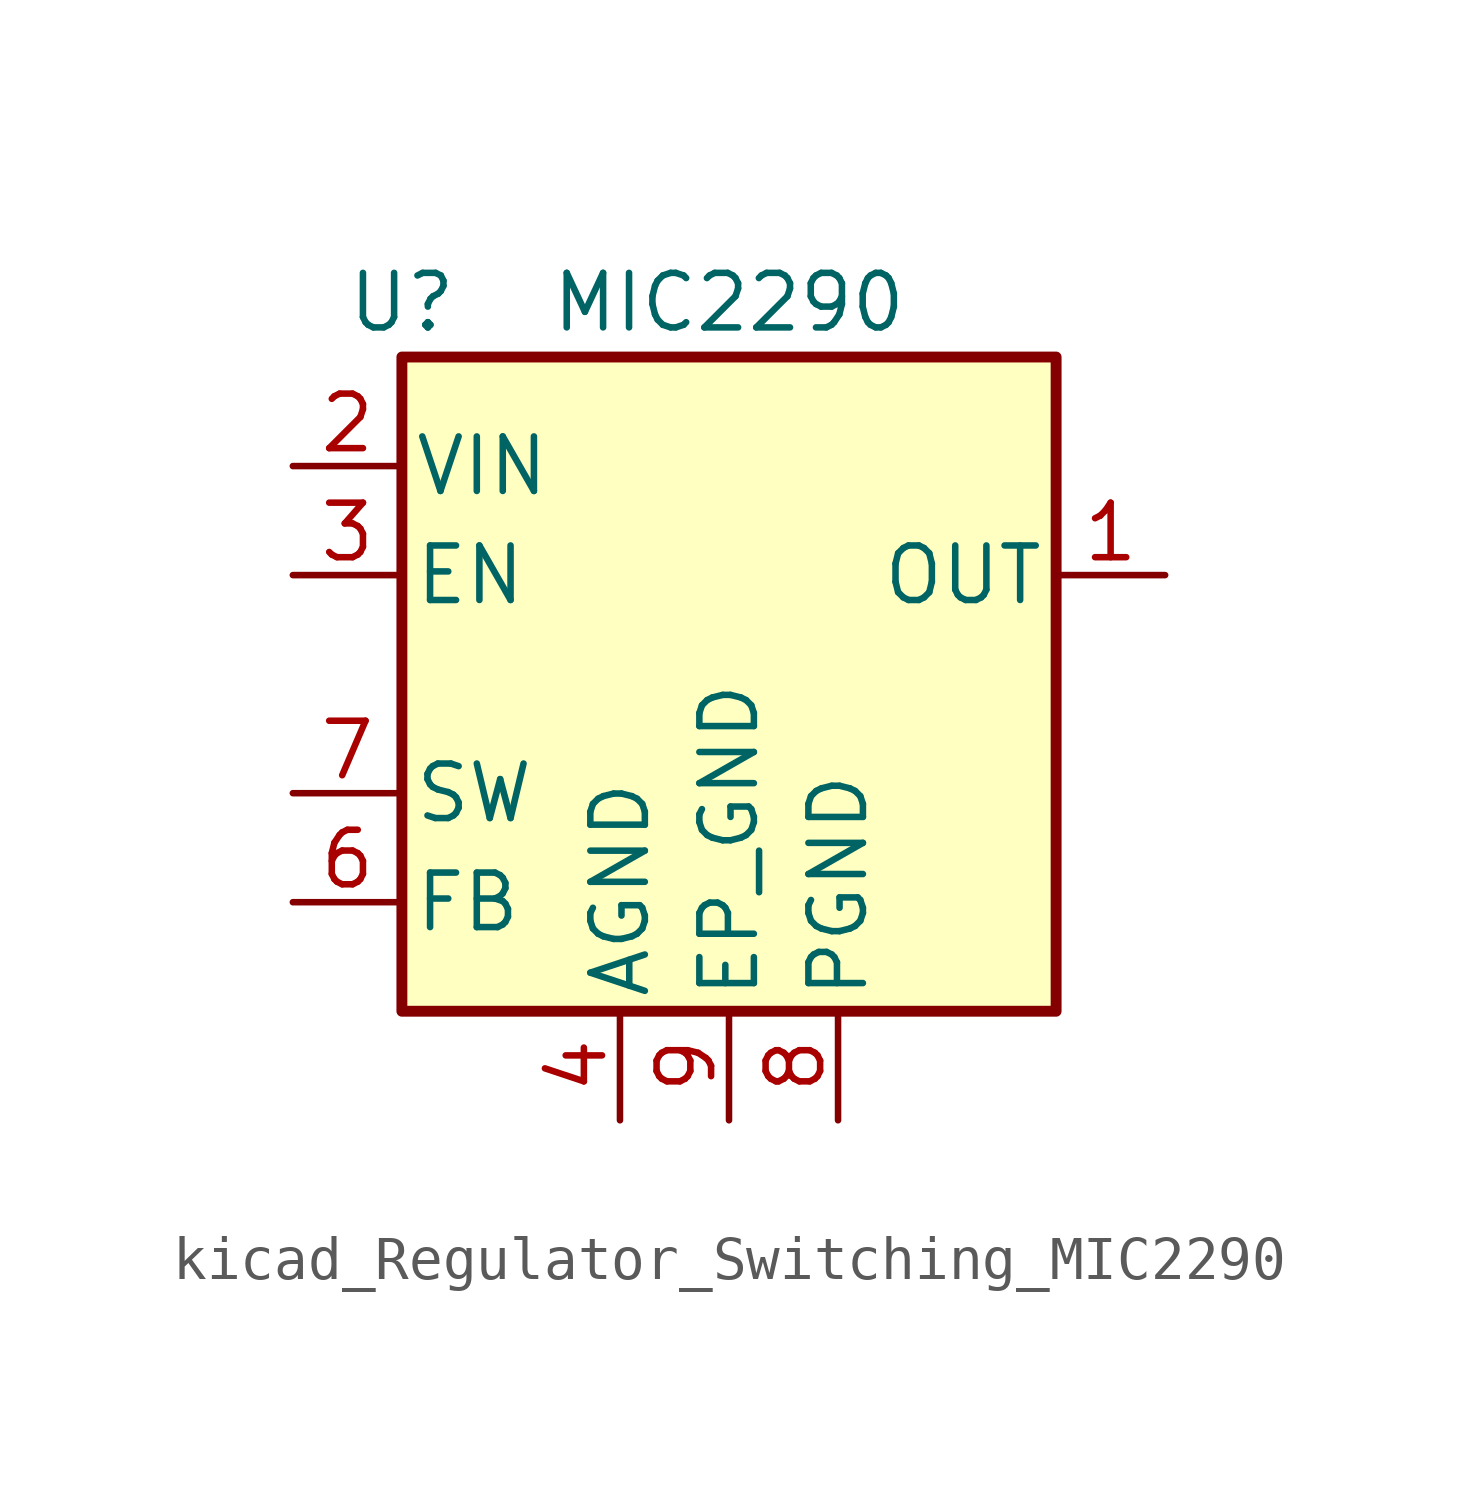
<source format=kicad_sym>
(kicad_symbol_lib
  (version 20220914)
  (generator kicad_symbol_editor)
  (symbol "kicad_Regulator_Switching_MIC2290"
    (pin_names
      (offset 0.254))
    (property "Reference" "U"
      (at -7.62 8.89 0)
      (effects (font (size 1.27 1.27))))
    (property "Value" "MIC2290"
      (at 0 8.89 0)
      (effects (font (size 1.27 1.27))))
    (symbol "kicad_Regulator_Switching_MIC2290_0_1"
      (rectangle (start -7.62 7.62) (end 7.62 -7.62) (stroke (width 0.254) (type default)) (fill (type background))))
    (symbol "kicad_Regulator_Switching_MIC2290_1_1"
      (pin power_out line (at 10.16 2.54 180) (length 2.54) (name "OUT" (effects (font (size 1.27 1.27)))) (number "1" (effects (font (size 1.27 1.27)))))
      (pin power_in line (at -10.16 5.08 0) (length 2.54) (name "VIN" (effects (font (size 1.27 1.27)))) (number "2" (effects (font (size 1.27 1.27)))))
      (pin input line (at -10.16 2.54 0) (length 2.54) (name "EN" (effects (font (size 1.27 1.27)))) (number "3" (effects (font (size 1.27 1.27)))))
      (pin power_in line (at -2.54 -10.16 90) (length 2.54) (name "AGND" (effects (font (size 1.27 1.27)))) (number "4" (effects (font (size 1.27 1.27)))))
      (pin no_connect line (at 5.08 5.08 180) (length 2.54) hide (name "NC" (effects (font (size 1.27 1.27)))) (number "5" (effects (font (size 1.27 1.27)))))
      (pin input line (at -10.16 -5.08 0) (length 2.54) (name "FB" (effects (font (size 1.27 1.27)))) (number "6" (effects (font (size 1.27 1.27)))))
      (pin input line (at -10.16 -2.54 0) (length 2.54) (name "SW" (effects (font (size 1.27 1.27)))) (number "7" (effects (font (size 1.27 1.27)))))
      (pin power_in line (at 2.54 -10.16 90) (length 2.54) (name "PGND" (effects (font (size 1.27 1.27)))) (number "8" (effects (font (size 1.27 1.27)))))
      (pin power_in line (at 0 -10.16 90) (length 2.54) (name "EP_GND" (effects (font (size 1.27 1.27)))) (number "9" (effects (font (size 1.27 1.27))))))))
</source>
